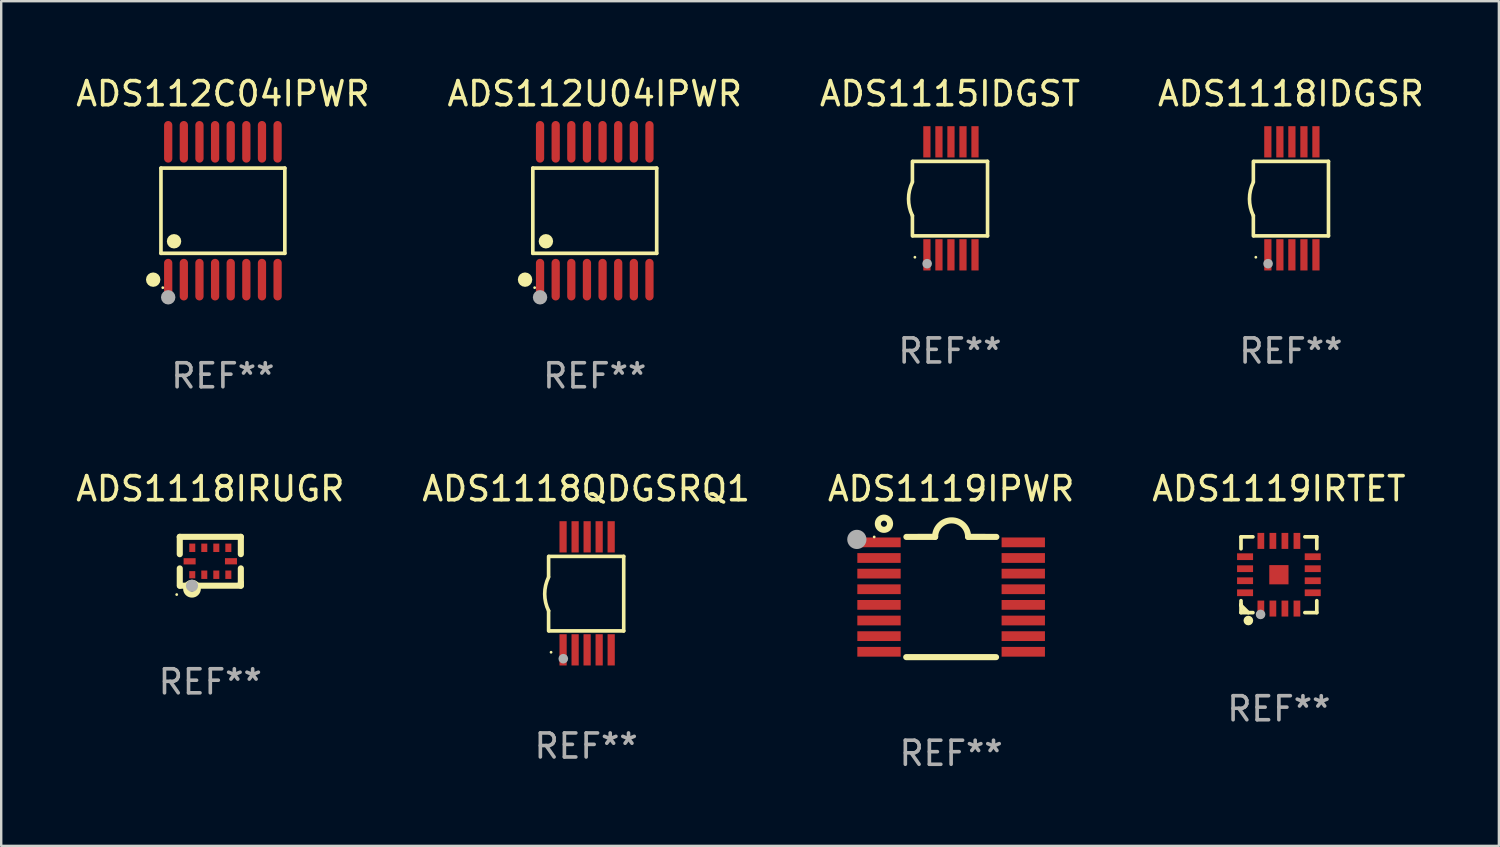
<source format=kicad_pcb>
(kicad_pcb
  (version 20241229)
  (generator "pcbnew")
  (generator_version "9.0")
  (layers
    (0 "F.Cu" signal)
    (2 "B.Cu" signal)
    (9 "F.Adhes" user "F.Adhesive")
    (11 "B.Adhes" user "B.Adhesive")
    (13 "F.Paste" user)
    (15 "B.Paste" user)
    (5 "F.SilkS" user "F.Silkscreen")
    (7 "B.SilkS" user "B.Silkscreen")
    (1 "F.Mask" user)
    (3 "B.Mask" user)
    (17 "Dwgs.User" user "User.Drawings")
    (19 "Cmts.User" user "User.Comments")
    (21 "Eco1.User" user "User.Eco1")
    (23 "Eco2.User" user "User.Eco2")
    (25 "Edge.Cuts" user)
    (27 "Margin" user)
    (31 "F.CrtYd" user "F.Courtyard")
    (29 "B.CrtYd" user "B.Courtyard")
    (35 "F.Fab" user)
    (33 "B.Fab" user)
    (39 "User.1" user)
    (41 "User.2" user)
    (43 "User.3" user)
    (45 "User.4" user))
  (footprint "ADS1118QDGSRQ1"
    (layer "F.Cu")
    (at 21.327 21.626)
    (property "Reference" "ADS1118QDGSRQ1" (at 0 -4.35 0) (layer "F.SilkS") (effects (font (size 1 1) (thickness 0.15))))
    (attr through_hole)
    (fp_line (start -1.562 -1.537) (end -1.562 -0.698) (stroke (width 0.15) (type solid)) (layer "F.SilkS"))
    (fp_line (start -1.562 0.724) (end -1.562 1.562) (stroke (width 0.15) (type solid)) (layer "F.SilkS"))
    (fp_line (start -1.538 -1.537) (end 1.562 -1.537) (stroke (width 0.15) (type solid)) (layer "F.SilkS"))
    (fp_line (start -1.538 1.562) (end 1.562 1.562) (stroke (width 0.15) (type solid)) (layer "F.SilkS"))
    (fp_line (start 1.562 1.564) (end 1.562 -1.537) (stroke (width 0.15) (type solid)) (layer "F.SilkS"))
    (fp_arc (start -1.562103 0.724079) (mid -1.723579 0.025578) (end -1.562103 -0.672924) (stroke (width 0.150013) (type solid)) (layer "F.SilkS"))
    (fp_circle (center -1.459 2.45) (end -1.429 2.45) (stroke (width 0.06) (type solid)) (fill no) (layer "F.SilkS"))
    (fp_circle (center -0.95 2.718) (end -0.85 2.718) (stroke (width 0.2) (type solid)) (fill no) (layer "F.Fab"))
    (fp_text user "REF**" (at 0 6.35 0) (layer "F.Fab") (effects (font (size 1 1) (thickness 0.15))))
    (pad "1" smd rect (at -0.959 2.35) (size 0.3 1.3) (layers "F.Cu" "F.Mask" "F.Paste"))
    (pad "2" smd rect (at -0.459 2.35) (size 0.3 1.3) (layers "F.Cu" "F.Mask" "F.Paste"))
    (pad "3" smd rect (at 0.04 2.35) (size 0.3 1.3) (layers "F.Cu" "F.Mask" "F.Paste"))
    (pad "4" smd rect (at 0.541 2.35) (size 0.3 1.3) (layers "F.Cu" "F.Mask" "F.Paste"))
    (pad "5" smd rect (at 1.041 2.35) (size 0.3 1.3) (layers "F.Cu" "F.Mask" "F.Paste"))
    (pad "6" smd rect (at 1.04 -2.35) (size 0.3 1.3) (layers "F.Cu" "F.Mask" "F.Paste"))
    (pad "7" smd rect (at 0.541 -2.35) (size 0.3 1.3) (layers "F.Cu" "F.Mask" "F.Paste"))
    (pad "8" smd rect (at 0.041 -2.35) (size 0.3 1.3) (layers "F.Cu" "F.Mask" "F.Paste"))
    (pad "9" smd rect (at -0.459 -2.35) (size 0.3 1.3) (layers "F.Cu" "F.Mask" "F.Paste"))
    (pad "10" smd rect (at -0.96 -2.35) (size 0.3 1.3) (layers "F.Cu" "F.Mask" "F.Paste")))
  (footprint "ADS112U04IPWR"
    (layer "F.Cu")
    (at 21.685 5.714)
    (property "Reference" "ADS112U04IPWR" (at 0 -4.866 0) (layer "F.SilkS") (effects (font (size 1 1) (thickness 0.15))))
    (attr through_hole)
    (fp_line (start -2.576 -1.772) (end 2.576 -1.772) (stroke (width 0.152) (type solid)) (layer "F.SilkS"))
    (fp_line (start -2.576 1.771) (end -2.576 -1.772) (stroke (width 0.152) (type solid)) (layer "F.SilkS"))
    (fp_line (start 2.576 -1.772) (end 2.576 1.771) (stroke (width 0.152) (type solid)) (layer "F.SilkS"))
    (fp_line (start 2.576 1.771) (end -2.576 1.771) (stroke (width 0.152) (type solid)) (layer "F.SilkS"))
    (fp_circle (center -2.899 2.866) (end -2.749 2.866) (stroke (width 0.3) (type solid)) (fill no) (layer "F.SilkS"))
    (fp_circle (center -2.5 3.2) (end -2.47 3.2) (stroke (width 0.06) (type solid)) (fill no) (layer "F.SilkS"))
    (fp_circle (center -2.032 1.27) (end -1.882 1.27) (stroke (width 0.3) (type solid)) (fill no) (layer "F.SilkS"))
    (fp_circle (center -2.275 3.6) (end -2.125 3.6) (stroke (width 0.3) (type solid)) (fill no) (layer "F.Fab"))
    (fp_text user "REF**" (at 0 6.866 0) (layer "F.Fab") (effects (font (size 1 1) (thickness 0.15))))
    (pad "1" smd oval (at -2.275 2.866) (size 0.343 1.731) (layers "F.Cu" "F.Mask" "F.Paste"))
    (pad "2" smd oval (at -1.625 2.866) (size 0.343 1.731) (layers "F.Cu" "F.Mask" "F.Paste"))
    (pad "3" smd oval (at -0.975 2.866) (size 0.343 1.731) (layers "F.Cu" "F.Mask" "F.Paste"))
    (pad "4" smd oval (at -0.325 2.866) (size 0.343 1.731) (layers "F.Cu" "F.Mask" "F.Paste"))
    (pad "5" smd oval (at 0.325 2.866) (size 0.343 1.731) (layers "F.Cu" "F.Mask" "F.Paste"))
    (pad "6" smd oval (at 0.975 2.866) (size 0.343 1.731) (layers "F.Cu" "F.Mask" "F.Paste"))
    (pad "7" smd oval (at 1.625 2.866) (size 0.343 1.731) (layers "F.Cu" "F.Mask" "F.Paste"))
    (pad "8" smd oval (at 2.275 2.866) (size 0.343 1.731) (layers "F.Cu" "F.Mask" "F.Paste"))
    (pad "9" smd oval (at 2.275 -2.866) (size 0.343 1.731) (layers "F.Cu" "F.Mask" "F.Paste"))
    (pad "10" smd oval (at 1.625 -2.866) (size 0.343 1.731) (layers "F.Cu" "F.Mask" "F.Paste"))
    (pad "11" smd oval (at 0.975 -2.866) (size 0.343 1.731) (layers "F.Cu" "F.Mask" "F.Paste"))
    (pad "12" smd oval (at 0.325 -2.866) (size 0.343 1.731) (layers "F.Cu" "F.Mask" "F.Paste"))
    (pad "13" smd oval (at -0.325 -2.866) (size 0.343 1.731) (layers "F.Cu" "F.Mask" "F.Paste"))
    (pad "14" smd oval (at -0.975 -2.866) (size 0.343 1.731) (layers "F.Cu" "F.Mask" "F.Paste"))
    (pad "15" smd oval (at -1.625 -2.866) (size 0.343 1.731) (layers "F.Cu" "F.Mask" "F.Paste"))
    (pad "16" smd oval (at -2.275 -2.866) (size 0.343 1.731) (layers "F.Cu" "F.Mask" "F.Paste")))
  (footprint "ADS1119IRTET"
    (layer "F.Cu")
    (at 50.137 20.852)
    (property "Reference" "ADS1119IRTET" (at 0 -3.576 0) (layer "F.SilkS") (effects (font (size 1 1) (thickness 0.15))))
    (attr through_hole)
    (fp_line (start -1.576 -1.576) (end -1.08 -1.576) (stroke (width 0.152) (type solid)) (layer "F.SilkS"))
    (fp_line (start -1.576 -1.08) (end -1.576 -1.576) (stroke (width 0.152) (type solid)) (layer "F.SilkS"))
    (fp_line (start -1.576 1.08) (end -1.576 1.576) (stroke (width 0.152) (type solid)) (layer "F.SilkS"))
    (fp_line (start -1.576 1.232) (end -1.576 1.272) (stroke (width 0.152) (type solid)) (layer "F.SilkS"))
    (fp_line (start -1.576 1.272) (end -1.272 1.576) (stroke (width 0.152) (type solid)) (layer "F.SilkS"))
    (fp_line (start -1.576 1.576) (end -1.08 1.576) (stroke (width 0.152) (type solid)) (layer "F.SilkS"))
    (fp_line (start 1.576 -1.576) (end 1.08 -1.576) (stroke (width 0.152) (type solid)) (layer "F.SilkS"))
    (fp_line (start 1.576 -1.08) (end 1.576 -1.576) (stroke (width 0.152) (type solid)) (layer "F.SilkS"))
    (fp_line (start 1.576 1.08) (end 1.576 1.576) (stroke (width 0.152) (type solid)) (layer "F.SilkS"))
    (fp_line (start 1.576 1.576) (end 1.08 1.576) (stroke (width 0.152) (type solid)) (layer "F.SilkS"))
    (fp_circle (center -1.5 1.5) (end -1.47 1.5) (stroke (width 0.06) (type solid)) (fill no) (layer "F.SilkS"))
    (fp_circle (center -1.27 1.905) (end -1.17 1.905) (stroke (width 0.2) (type solid)) (fill no) (layer "F.SilkS"))
    (fp_circle (center -0.762 1.651) (end -0.662 1.651) (stroke (width 0.2) (type solid)) (fill no) (layer "F.Fab"))
    (fp_text user "REF**" (at 0 5.576 0) (layer "F.Fab") (effects (font (size 1 1) (thickness 0.15))))
    (pad "1" smd rect (at -0.75 1.407) (size 0.28 0.665) (layers "F.Cu" "F.Mask" "F.Paste"))
    (pad "2" smd rect (at -0.25 1.407) (size 0.28 0.665) (layers "F.Cu" "F.Mask" "F.Paste"))
    (pad "3" smd rect (at 0.25 1.407) (size 0.28 0.665) (layers "F.Cu" "F.Mask" "F.Paste"))
    (pad "4" smd rect (at 0.75 1.407) (size 0.28 0.665) (layers "F.Cu" "F.Mask" "F.Paste"))
    (pad "5" smd rect (at 1.407 0.75) (size 0.665 0.28) (layers "F.Cu" "F.Mask" "F.Paste"))
    (pad "6" smd rect (at 1.407 0.25) (size 0.665 0.28) (layers "F.Cu" "F.Mask" "F.Paste"))
    (pad "7" smd rect (at 1.407 -0.25) (size 0.665 0.28) (layers "F.Cu" "F.Mask" "F.Paste"))
    (pad "8" smd rect (at 1.407 -0.75) (size 0.665 0.28) (layers "F.Cu" "F.Mask" "F.Paste"))
    (pad "9" smd rect (at 0.75 -1.407) (size 0.28 0.665) (layers "F.Cu" "F.Mask" "F.Paste"))
    (pad "10" smd rect (at 0.25 -1.407) (size 0.28 0.665) (layers "F.Cu" "F.Mask" "F.Paste"))
    (pad "11" smd rect (at -0.25 -1.407) (size 0.28 0.665) (layers "F.Cu" "F.Mask" "F.Paste"))
    (pad "12" smd rect (at -0.75 -1.407) (size 0.28 0.665) (layers "F.Cu" "F.Mask" "F.Paste"))
    (pad "13" smd rect (at -1.407 -0.75) (size 0.665 0.28) (layers "F.Cu" "F.Mask" "F.Paste"))
    (pad "14" smd rect (at -1.407 -0.25) (size 0.665 0.28) (layers "F.Cu" "F.Mask" "F.Paste"))
    (pad "15" smd rect (at -1.407 0.25) (size 0.665 0.28) (layers "F.Cu" "F.Mask" "F.Paste"))
    (pad "16" smd rect (at -1.407 0.75) (size 0.665 0.28) (layers "F.Cu" "F.Mask" "F.Paste"))
    (pad "17" smd rect (at 0 0) (size 0.8 0.8) (layers "F.Cu" "F.Mask" "F.Paste")))
  (footprint "ADS1118IRUGR"
    (layer "F.Cu")
    (at 5.696 20.292)
    (property "Reference" "ADS1118IRUGR" (at 0 -3.016 0) (layer "F.SilkS") (effects (font (size 1 1) (thickness 0.15))))
    (attr through_hole)
    (fp_line (start -1.27 -1.016) (end -1.27 -0.294) (stroke (width 0.254) (type solid)) (layer "F.SilkS"))
    (fp_line (start -1.27 -1.016) (end 1.27 -1.016) (stroke (width 0.254) (type solid)) (layer "F.SilkS"))
    (fp_line (start -1.27 0.297) (end -1.27 1.016) (stroke (width 0.254) (type solid)) (layer "F.SilkS"))
    (fp_line (start 1.27 -1.016) (end 1.27 -0.296) (stroke (width 0.254) (type solid)) (layer "F.SilkS"))
    (fp_line (start 1.27 0.296) (end 1.27 0.889) (stroke (width 0.254) (type solid)) (layer "F.SilkS"))
    (fp_line (start 1.27 0.889) (end 1.27 1.016) (stroke (width 0.254) (type solid)) (layer "F.SilkS"))
    (fp_line (start 1.27 1.016) (end -1.261 1.016) (stroke (width 0.254) (type solid)) (layer "F.SilkS"))
    (fp_circle (center -1.397 1.385) (end -1.367 1.385) (stroke (width 0.06) (type solid)) (fill no) (layer "F.SilkS"))
    (fp_circle (center -0.762 1.143) (end -0.647 1.143) (stroke (width 0.254) (type solid)) (fill no) (layer "F.SilkS"))
    (fp_circle (center -0.762 1.016) (end -0.635 1.016) (stroke (width 0.254) (type solid)) (fill no) (layer "F.Fab"))
    (fp_text user "REF**" (at 0 5.016 0) (layer "F.Fab") (effects (font (size 1 1) (thickness 0.15))))
    (pad "1" smd rect (at -0.75 0.56 90) (size 0.3 0.25) (layers "F.Cu" "F.Mask" "F.Paste"))
    (pad "2" smd rect (at -0.25 0.56 270) (size 0.35 0.25) (layers "F.Cu" "F.Mask" "F.Paste"))
    (pad "3" smd rect (at 0.25 0.56 90) (size 0.35 0.25) (layers "F.Cu" "F.Mask" "F.Paste"))
    (pad "4" smd rect (at 0.75 0.56 90) (size 0.35 0.25) (layers "F.Cu" "F.Mask" "F.Paste"))
    (pad "5" smd rect (at 0.86 0 90) (size 0.26 0.5) (layers "F.Cu" "F.Mask" "F.Paste"))
    (pad "6" smd rect (at 0.75 -0.56 270) (size 0.35 0.25) (layers "F.Cu" "F.Mask" "F.Paste"))
    (pad "7" smd rect (at 0.25 -0.56 270) (size 0.35 0.25) (layers "F.Cu" "F.Mask" "F.Paste"))
    (pad "8" smd rect (at -0.25 -0.56 90) (size 0.35 0.25) (layers "F.Cu" "F.Mask" "F.Paste"))
    (pad "9" smd rect (at -0.75 -0.56 270) (size 0.35 0.25) (layers "F.Cu" "F.Mask" "F.Paste"))
    (pad "10" smd rect (at -0.86 0.002 270) (size 0.26 0.5) (layers "F.Cu" "F.Mask" "F.Paste")))
  (footprint "ADS112C04IPWR"
    (layer "F.Cu")
    (at 6.22 5.714)
    (property "Reference" "ADS112C04IPWR" (at 0 -4.866 0) (layer "F.SilkS") (effects (font (size 1 1) (thickness 0.15))))
    (attr through_hole)
    (fp_line (start -2.576 -1.772) (end 2.576 -1.772) (stroke (width 0.152) (type solid)) (layer "F.SilkS"))
    (fp_line (start -2.576 1.771) (end -2.576 -1.772) (stroke (width 0.152) (type solid)) (layer "F.SilkS"))
    (fp_line (start 2.576 -1.772) (end 2.576 1.771) (stroke (width 0.152) (type solid)) (layer "F.SilkS"))
    (fp_line (start 2.576 1.771) (end -2.576 1.771) (stroke (width 0.152) (type solid)) (layer "F.SilkS"))
    (fp_circle (center -2.899 2.866) (end -2.749 2.866) (stroke (width 0.3) (type solid)) (fill no) (layer "F.SilkS"))
    (fp_circle (center -2.5 3.2) (end -2.47 3.2) (stroke (width 0.06) (type solid)) (fill no) (layer "F.SilkS"))
    (fp_circle (center -2.032 1.27) (end -1.882 1.27) (stroke (width 0.3) (type solid)) (fill no) (layer "F.SilkS"))
    (fp_circle (center -2.275 3.6) (end -2.125 3.6) (stroke (width 0.3) (type solid)) (fill no) (layer "F.Fab"))
    (fp_text user "REF**" (at 0 6.866 0) (layer "F.Fab") (effects (font (size 1 1) (thickness 0.15))))
    (pad "1" smd oval (at -2.275 2.866) (size 0.343 1.731) (layers "F.Cu" "F.Mask" "F.Paste"))
    (pad "2" smd oval (at -1.625 2.866) (size 0.343 1.731) (layers "F.Cu" "F.Mask" "F.Paste"))
    (pad "3" smd oval (at -0.975 2.866) (size 0.343 1.731) (layers "F.Cu" "F.Mask" "F.Paste"))
    (pad "4" smd oval (at -0.325 2.866) (size 0.343 1.731) (layers "F.Cu" "F.Mask" "F.Paste"))
    (pad "5" smd oval (at 0.325 2.866) (size 0.343 1.731) (layers "F.Cu" "F.Mask" "F.Paste"))
    (pad "6" smd oval (at 0.975 2.866) (size 0.343 1.731) (layers "F.Cu" "F.Mask" "F.Paste"))
    (pad "7" smd oval (at 1.625 2.866) (size 0.343 1.731) (layers "F.Cu" "F.Mask" "F.Paste"))
    (pad "8" smd oval (at 2.275 2.866) (size 0.343 1.731) (layers "F.Cu" "F.Mask" "F.Paste"))
    (pad "9" smd oval (at 2.275 -2.866) (size 0.343 1.731) (layers "F.Cu" "F.Mask" "F.Paste"))
    (pad "10" smd oval (at 1.625 -2.866) (size 0.343 1.731) (layers "F.Cu" "F.Mask" "F.Paste"))
    (pad "11" smd oval (at 0.975 -2.866) (size 0.343 1.731) (layers "F.Cu" "F.Mask" "F.Paste"))
    (pad "12" smd oval (at 0.325 -2.866) (size 0.343 1.731) (layers "F.Cu" "F.Mask" "F.Paste"))
    (pad "13" smd oval (at -0.325 -2.866) (size 0.343 1.731) (layers "F.Cu" "F.Mask" "F.Paste"))
    (pad "14" smd oval (at -0.975 -2.866) (size 0.343 1.731) (layers "F.Cu" "F.Mask" "F.Paste"))
    (pad "15" smd oval (at -1.625 -2.866) (size 0.343 1.731) (layers "F.Cu" "F.Mask" "F.Paste"))
    (pad "16" smd oval (at -2.275 -2.866) (size 0.343 1.731) (layers "F.Cu" "F.Mask" "F.Paste")))
  (footprint "ADS1118IDGSR"
    (layer "F.Cu")
    (at 50.637 5.198)
    (property "Reference" "ADS1118IDGSR" (at 0 -4.35 0) (layer "F.SilkS") (effects (font (size 1 1) (thickness 0.15))))
    (attr through_hole)
    (fp_line (start -1.562 -1.537) (end -1.562 -0.698) (stroke (width 0.15) (type solid)) (layer "F.SilkS"))
    (fp_line (start -1.562 0.724) (end -1.562 1.562) (stroke (width 0.15) (type solid)) (layer "F.SilkS"))
    (fp_line (start -1.538 -1.537) (end 1.562 -1.537) (stroke (width 0.15) (type solid)) (layer "F.SilkS"))
    (fp_line (start -1.538 1.562) (end 1.562 1.562) (stroke (width 0.15) (type solid)) (layer "F.SilkS"))
    (fp_line (start 1.562 1.564) (end 1.562 -1.537) (stroke (width 0.15) (type solid)) (layer "F.SilkS"))
    (fp_arc (start -1.562103 0.724079) (mid -1.723579 0.025578) (end -1.562103 -0.672924) (stroke (width 0.150013) (type solid)) (layer "F.SilkS"))
    (fp_circle (center -1.459 2.45) (end -1.429 2.45) (stroke (width 0.06) (type solid)) (fill no) (layer "F.SilkS"))
    (fp_circle (center -0.95 2.718) (end -0.85 2.718) (stroke (width 0.2) (type solid)) (fill no) (layer "F.Fab"))
    (fp_text user "REF**" (at 0 6.35 0) (layer "F.Fab") (effects (font (size 1 1) (thickness 0.15))))
    (pad "1" smd rect (at -0.959 2.35) (size 0.3 1.3) (layers "F.Cu" "F.Mask" "F.Paste"))
    (pad "2" smd rect (at -0.459 2.35) (size 0.3 1.3) (layers "F.Cu" "F.Mask" "F.Paste"))
    (pad "3" smd rect (at 0.04 2.35) (size 0.3 1.3) (layers "F.Cu" "F.Mask" "F.Paste"))
    (pad "4" smd rect (at 0.541 2.35) (size 0.3 1.3) (layers "F.Cu" "F.Mask" "F.Paste"))
    (pad "5" smd rect (at 1.041 2.35) (size 0.3 1.3) (layers "F.Cu" "F.Mask" "F.Paste"))
    (pad "6" smd rect (at 1.04 -2.35) (size 0.3 1.3) (layers "F.Cu" "F.Mask" "F.Paste"))
    (pad "7" smd rect (at 0.541 -2.35) (size 0.3 1.3) (layers "F.Cu" "F.Mask" "F.Paste"))
    (pad "8" smd rect (at 0.041 -2.35) (size 0.3 1.3) (layers "F.Cu" "F.Mask" "F.Paste"))
    (pad "9" smd rect (at -0.459 -2.35) (size 0.3 1.3) (layers "F.Cu" "F.Mask" "F.Paste"))
    (pad "10" smd rect (at -0.96 -2.35) (size 0.3 1.3) (layers "F.Cu" "F.Mask" "F.Paste")))
  (footprint "ADS1115IDGST"
    (layer "F.Cu")
    (at 36.458 5.198)
    (property "Reference" "ADS1115IDGST" (at 0 -4.35 0) (layer "F.SilkS") (effects (font (size 1 1) (thickness 0.15))))
    (attr through_hole)
    (fp_line (start -1.562 -1.537) (end -1.562 -0.698) (stroke (width 0.15) (type solid)) (layer "F.SilkS"))
    (fp_line (start -1.562 0.724) (end -1.562 1.562) (stroke (width 0.15) (type solid)) (layer "F.SilkS"))
    (fp_line (start -1.538 -1.537) (end 1.562 -1.537) (stroke (width 0.15) (type solid)) (layer "F.SilkS"))
    (fp_line (start -1.538 1.562) (end 1.562 1.562) (stroke (width 0.15) (type solid)) (layer "F.SilkS"))
    (fp_line (start 1.562 1.564) (end 1.562 -1.537) (stroke (width 0.15) (type solid)) (layer "F.SilkS"))
    (fp_arc (start -1.562103 0.724079) (mid -1.723579 0.025578) (end -1.562103 -0.672924) (stroke (width 0.150013) (type solid)) (layer "F.SilkS"))
    (fp_circle (center -1.459 2.45) (end -1.429 2.45) (stroke (width 0.06) (type solid)) (fill no) (layer "F.SilkS"))
    (fp_circle (center -0.95 2.718) (end -0.85 2.718) (stroke (width 0.2) (type solid)) (fill no) (layer "F.Fab"))
    (fp_text user "REF**" (at 0 6.35 0) (layer "F.Fab") (effects (font (size 1 1) (thickness 0.15))))
    (pad "1" smd rect (at -0.959 2.35) (size 0.3 1.3) (layers "F.Cu" "F.Mask" "F.Paste"))
    (pad "2" smd rect (at -0.459 2.35) (size 0.3 1.3) (layers "F.Cu" "F.Mask" "F.Paste"))
    (pad "3" smd rect (at 0.04 2.35) (size 0.3 1.3) (layers "F.Cu" "F.Mask" "F.Paste"))
    (pad "4" smd rect (at 0.541 2.35) (size 0.3 1.3) (layers "F.Cu" "F.Mask" "F.Paste"))
    (pad "5" smd rect (at 1.041 2.35) (size 0.3 1.3) (layers "F.Cu" "F.Mask" "F.Paste"))
    (pad "6" smd rect (at 1.04 -2.35) (size 0.3 1.3) (layers "F.Cu" "F.Mask" "F.Paste"))
    (pad "7" smd rect (at 0.541 -2.35) (size 0.3 1.3) (layers "F.Cu" "F.Mask" "F.Paste"))
    (pad "8" smd rect (at 0.041 -2.35) (size 0.3 1.3) (layers "F.Cu" "F.Mask" "F.Paste"))
    (pad "9" smd rect (at -0.459 -2.35) (size 0.3 1.3) (layers "F.Cu" "F.Mask" "F.Paste"))
    (pad "10" smd rect (at -0.96 -2.35) (size 0.3 1.3) (layers "F.Cu" "F.Mask" "F.Paste")))
  (footprint "ADS1119IPWR"
    (layer "F.Cu")
    (at 36.506 21.778)
    (property "Reference" "ADS1119IPWR" (at 0 -4.501 0) (layer "F.SilkS") (effects (font (size 1 1) (thickness 0.15))))
    (attr through_hole)
    (fp_line (start -1.868 2.501) (end 1.868 2.501) (stroke (width 0.254) (type solid)) (layer "F.SilkS"))
    (fp_line (start -1.86 -2.499) (end -0.666 -2.501) (stroke (width 0.254) (type solid)) (layer "F.SilkS"))
    (fp_line (start 0.706 -2.501) (end 1.88 -2.499) (stroke (width 0.254) (type solid)) (layer "F.SilkS"))
    (fp_arc (start -0.665914 -2.501448) (mid 0.019888 -3.18725) (end 0.70569 -2.501448) (stroke (width 0.254001) (type solid)) (layer "F.SilkS"))
    (fp_circle (center -3.2 -2.497) (end -3.17 -2.497) (stroke (width 0.06) (type solid)) (fill no) (layer "F.SilkS"))
    (fp_circle (center -2.794 -3.047) (end -2.54 -3.047) (stroke (width 0.254) (type solid)) (fill no) (layer "F.SilkS"))
    (fp_circle (center -3.921 -2.395) (end -3.721 -2.395) (stroke (width 0.4) (type solid)) (fill no) (layer "F.Fab"))
    (fp_text user "REF**" (at 0 6.501 0) (layer "F.Fab") (effects (font (size 1 1) (thickness 0.15))))
    (pad "1" smd rect (at -3 -2.272) (size 1.803 0.406) (layers "F.Cu" "F.Mask" "F.Paste"))
    (pad "2" smd rect (at -3 -1.622) (size 1.803 0.406) (layers "F.Cu" "F.Mask" "F.Paste"))
    (pad "3" smd rect (at -3 -0.972) (size 1.803 0.406) (layers "F.Cu" "F.Mask" "F.Paste"))
    (pad "4" smd rect (at -3 -0.322) (size 1.803 0.406) (layers "F.Cu" "F.Mask" "F.Paste"))
    (pad "5" smd rect (at -3 0.328) (size 1.803 0.406) (layers "F.Cu" "F.Mask" "F.Paste"))
    (pad "6" smd rect (at -3 0.978) (size 1.803 0.406) (layers "F.Cu" "F.Mask" "F.Paste"))
    (pad "7" smd rect (at -3 1.628) (size 1.803 0.406) (layers "F.Cu" "F.Mask" "F.Paste"))
    (pad "8" smd rect (at -3 2.278) (size 1.803 0.406) (layers "F.Cu" "F.Mask" "F.Paste"))
    (pad "9" smd rect (at 3 2.278) (size 1.803 0.406) (layers "F.Cu" "F.Mask" "F.Paste"))
    (pad "10" smd rect (at 3 1.628) (size 1.803 0.406) (layers "F.Cu" "F.Mask" "F.Paste"))
    (pad "11" smd rect (at 3 0.978) (size 1.803 0.406) (layers "F.Cu" "F.Mask" "F.Paste"))
    (pad "12" smd rect (at 3 0.328) (size 1.803 0.406) (layers "F.Cu" "F.Mask" "F.Paste"))
    (pad "13" smd rect (at 3 -0.322) (size 1.803 0.406) (layers "F.Cu" "F.Mask" "F.Paste"))
    (pad "14" smd rect (at 3 -0.972) (size 1.803 0.406) (layers "F.Cu" "F.Mask" "F.Paste"))
    (pad "15" smd rect (at 3 -1.622) (size 1.803 0.406) (layers "F.Cu" "F.Mask" "F.Paste"))
    (pad "16" smd rect (at 3 -2.272) (size 1.803 0.406) (layers "F.Cu" "F.Mask" "F.Paste")))
  (gr_rect
    (start -3 -3)
    (end 59.286 32.127)
    (stroke (width 0.1) (type default))
    (fill no)
    (layer "Edge.Cuts")))
</source>
